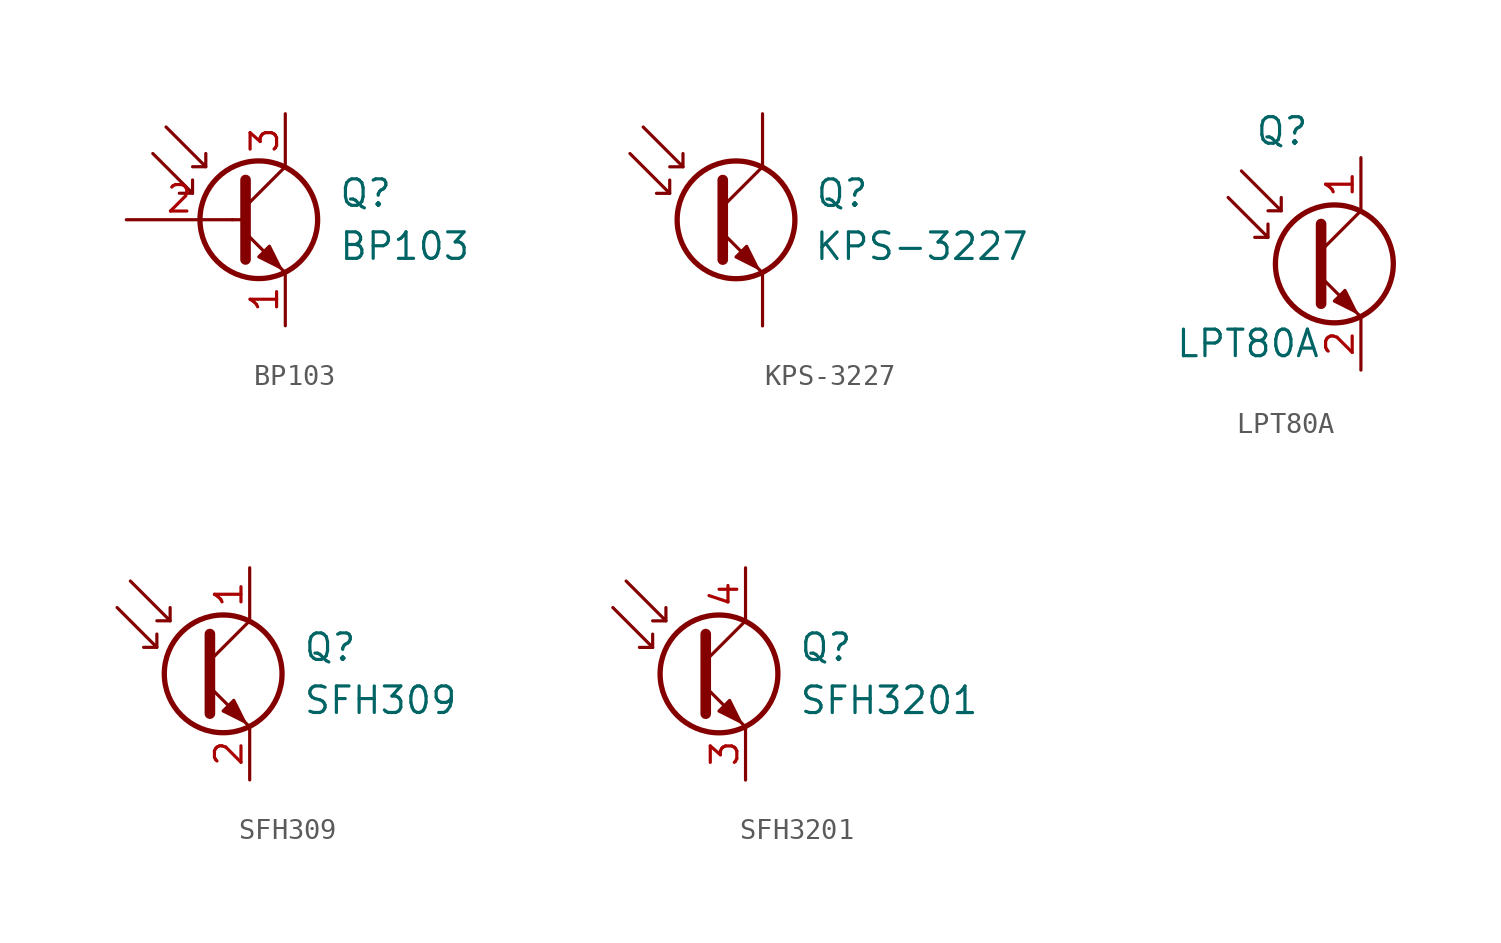
<source format=kicad_sym>
(kicad_symbol_lib
  (version 20241209)
  (generator "kicad_symbol_editor")
  (generator_version "9.0")
  (symbol "BP103"
    (pin_names
      (offset 0)
      (hide yes))
    (property "Reference" "Q"
      (at 5.08 1.27 0)
      (effects (font (size 1.27 1.27)) (justify left)))
    (property "Value" "BP103"
      (at 5.08 -1.27 0)
      (effects (font (size 1.27 1.27)) (justify left)))
    (symbol "BP103_0_0"
      (polyline (pts (xy 0 0) (xy 0.635 0)) (stroke (width 0) (type default)) (fill (type none))))
    (symbol "BP103_0_1"
      (polyline (pts (xy -3.81 3.175) (xy -1.905 1.27) (xy -1.905 1.905)) (stroke (width 0) (type default)) (fill (type none)))
      (polyline (pts (xy -3.175 4.445) (xy -1.27 2.54) (xy -1.27 3.175)) (stroke (width 0) (type default)) (fill (type none)))
      (polyline (pts (xy -1.905 1.27) (xy -2.54 1.27)) (stroke (width 0) (type default)) (fill (type none)))
      (polyline (pts (xy -1.27 2.54) (xy -1.905 2.54)) (stroke (width 0) (type default)) (fill (type none)))
      (polyline (pts (xy 0.635 1.905) (xy 0.635 -1.905)) (stroke (width 0.508) (type default)) (fill (type none)))
      (polyline (pts (xy 0.635 0.635) (xy 2.54 2.54)) (stroke (width 0) (type default)) (fill (type none)))
      (polyline (pts (xy 0.635 -0.635) (xy 2.54 -2.54)) (stroke (width 0) (type default)) (fill (type none)))
      (circle (center 1.27 0) (radius 2.819) (stroke (width 0.254) (type default)) (fill (type none)))
      (polyline (pts (xy 1.27 -1.778) (xy 1.778 -1.27) (xy 2.286 -2.286) (xy 1.27 -1.778)) (stroke (width 0) (type default)) (fill (type outline))))
    (symbol "BP103_1_1"
      (pin input line (at -5.08 0 0) (length 5.08) (name "B" (effects (font (size 1.27 1.27)))) (number "2" (effects (font (size 1.27 1.27)))))
      (pin passive line (at 2.54 5.08 270) (length 2.54) (name "C" (effects (font (size 1.27 1.27)))) (number "3" (effects (font (size 1.27 1.27)))))
      (pin passive line (at 2.54 -5.08 90) (length 2.54) (name "E" (effects (font (size 1.27 1.27)))) (number "1" (effects (font (size 1.27 1.27)))))))
  (symbol "KPS-3227"
    (pin_numbers
      (hide yes))
    (property "Reference" "Q"
      (at 3.81 1.27 0)
      (effects (font (size 1.27 1.27))))
    (property "Value" "KPS-3227"
      (at 7.62 -1.27 0)
      (effects (font (size 1.27 1.27))))
    (symbol "KPS-3227_1_1"
      (polyline (pts (xy -6.35 3.175) (xy -4.445 1.27) (xy -4.445 1.905)) (stroke (width 0) (type default)) (fill (type none)))
      (polyline (pts (xy -5.715 4.445) (xy -3.81 2.54) (xy -3.81 3.175)) (stroke (width 0) (type default)) (fill (type none)))
      (polyline (pts (xy -4.445 1.27) (xy -5.08 1.27)) (stroke (width 0) (type default)) (fill (type none)))
      (polyline (pts (xy -3.81 2.54) (xy -4.445 2.54)) (stroke (width 0) (type default)) (fill (type none)))
      (polyline (pts (xy -1.905 1.905) (xy -1.905 -1.905)) (stroke (width 0.508) (type default)) (fill (type none)))
      (polyline (pts (xy -1.905 0.635) (xy 0 2.54)) (stroke (width 0) (type default)) (fill (type none)))
      (polyline (pts (xy -1.905 -0.635) (xy 0 -2.54)) (stroke (width 0) (type default)) (fill (type none)))
      (circle (center -1.27 0) (radius 2.819) (stroke (width 0.254) (type default)) (fill (type none)))
      (polyline (pts (xy -1.27 -1.778) (xy -0.762 -1.27) (xy -0.254 -2.286) (xy -1.27 -1.778)) (stroke (width 0) (type default)) (fill (type outline)))
      (pin passive line (at 0 5.08 270) (length 2.54) (name "~" (effects (font (size 1.27 1.27)))) (number "1" (effects (font (size 1.27 1.27)))))
      (pin passive line (at 0 5.08 270) (length 2.54) (hide yes) (name "~" (effects (font (size 1.27 1.27)))) (number "3" (effects (font (size 1.27 1.27)))))
      (pin passive line (at 0 -5.08 90) (length 2.54) (name "~" (effects (font (size 1.27 1.27)))) (number "2" (effects (font (size 1.27 1.27)))))
      (pin passive line (at 0 -5.08 90) (length 2.54) (hide yes) (name "~" (effects (font (size 1.27 1.27)))) (number "4" (effects (font (size 1.27 1.27)))))))
  (symbol "LPT80A"
    (pin_names
      (hide yes))
    (property "Reference" "Q"
      (at -5.08 6.35 0)
      (effects (font (size 1.27 1.27)) (justify left)))
    (property "Value" "LPT80A"
      (at -8.89 -3.81 0)
      (effects (font (size 1.27 1.27)) (justify left)))
    (symbol "LPT80A_0_1"
      (polyline (pts (xy -6.35 3.175) (xy -4.445 1.27) (xy -4.445 1.905)) (stroke (width 0) (type default)) (fill (type none)))
      (polyline (pts (xy -5.715 4.445) (xy -3.81 2.54) (xy -3.81 3.175)) (stroke (width 0) (type default)) (fill (type none)))
      (polyline (pts (xy -4.445 1.27) (xy -5.08 1.27)) (stroke (width 0) (type default)) (fill (type none)))
      (polyline (pts (xy -3.81 2.54) (xy -4.445 2.54)) (stroke (width 0) (type default)) (fill (type none)))
      (polyline (pts (xy -1.905 1.905) (xy -1.905 -1.905)) (stroke (width 0.508) (type default)) (fill (type none)))
      (polyline (pts (xy -1.905 0.635) (xy 0 2.54)) (stroke (width 0) (type default)) (fill (type none)))
      (polyline (pts (xy -1.905 -0.635) (xy 0 -2.54)) (stroke (width 0) (type default)) (fill (type none)))
      (circle (center -1.27 0) (radius 2.819) (stroke (width 0.254) (type default)) (fill (type none)))
      (polyline (pts (xy -1.27 -1.778) (xy -0.762 -1.27) (xy -0.254 -2.286) (xy -1.27 -1.778)) (stroke (width 0) (type default)) (fill (type outline))))
    (symbol "LPT80A_1_1"
      (pin passive line (at 0 5.08 270) (length 2.54) (name "C" (effects (font (size 1.27 1.27)))) (number "1" (effects (font (size 1.27 1.27)))))
      (pin passive line (at 0 -5.08 90) (length 2.54) (name "E" (effects (font (size 1.27 1.27)))) (number "2" (effects (font (size 1.27 1.27)))))))
  (symbol "SFH309"
    (pin_names
      (offset 0)
      (hide yes))
    (property "Reference" "Q"
      (at 5.08 1.27 0)
      (effects (font (size 1.27 1.27)) (justify left)))
    (property "Value" "SFH309"
      (at 5.08 -1.27 0)
      (effects (font (size 1.27 1.27)) (justify left)))
    (symbol "SFH309_0_1"
      (polyline (pts (xy -3.81 3.175) (xy -1.905 1.27) (xy -1.905 1.905)) (stroke (width 0) (type default)) (fill (type none)))
      (polyline (pts (xy -3.175 4.445) (xy -1.27 2.54) (xy -1.27 3.175)) (stroke (width 0) (type default)) (fill (type none)))
      (polyline (pts (xy -1.905 1.27) (xy -2.54 1.27)) (stroke (width 0) (type default)) (fill (type none)))
      (polyline (pts (xy -1.27 2.54) (xy -1.905 2.54)) (stroke (width 0) (type default)) (fill (type none)))
      (polyline (pts (xy 0.635 1.905) (xy 0.635 -1.905)) (stroke (width 0.508) (type default)) (fill (type none)))
      (polyline (pts (xy 0.635 0.635) (xy 2.54 2.54)) (stroke (width 0) (type default)) (fill (type none)))
      (polyline (pts (xy 0.635 -0.635) (xy 2.54 -2.54)) (stroke (width 0) (type default)) (fill (type none)))
      (circle (center 1.27 0) (radius 2.819) (stroke (width 0.254) (type default)) (fill (type none)))
      (polyline (pts (xy 1.27 -1.778) (xy 1.778 -1.27) (xy 2.286 -2.286) (xy 1.27 -1.778)) (stroke (width 0) (type default)) (fill (type outline))))
    (symbol "SFH309_1_1"
      (pin passive line (at 2.54 5.08 270) (length 2.54) (name "C" (effects (font (size 1.27 1.27)))) (number "1" (effects (font (size 1.27 1.27)))))
      (pin passive line (at 2.54 -5.08 90) (length 2.54) (name "E" (effects (font (size 1.27 1.27)))) (number "2" (effects (font (size 1.27 1.27)))))))
  (symbol "SFH3201"
    (pin_names
      (hide yes))
    (property "Reference" "Q"
      (at 2.54 1.27 0)
      (effects (font (size 1.27 1.27)) (justify left)))
    (property "Value" "SFH3201"
      (at 2.54 -1.27 0)
      (effects (font (size 1.27 1.27)) (justify left)))
    (symbol "SFH3201_0_1"
      (polyline (pts (xy -6.35 3.175) (xy -4.445 1.27) (xy -4.445 1.905)) (stroke (width 0) (type default)) (fill (type none)))
      (polyline (pts (xy -5.715 4.445) (xy -3.81 2.54) (xy -3.81 3.175)) (stroke (width 0) (type default)) (fill (type none)))
      (polyline (pts (xy -4.445 1.27) (xy -5.08 1.27)) (stroke (width 0) (type default)) (fill (type none)))
      (polyline (pts (xy -3.81 2.54) (xy -4.445 2.54)) (stroke (width 0) (type default)) (fill (type none)))
      (polyline (pts (xy -1.905 1.905) (xy -1.905 -1.905)) (stroke (width 0.508) (type default)) (fill (type none)))
      (polyline (pts (xy -1.905 0.635) (xy 0 2.54)) (stroke (width 0) (type default)) (fill (type none)))
      (polyline (pts (xy -1.905 -0.635) (xy 0 -2.54)) (stroke (width 0) (type default)) (fill (type none)))
      (circle (center -1.27 0) (radius 2.819) (stroke (width 0.254) (type default)) (fill (type none)))
      (polyline (pts (xy -1.27 -1.778) (xy -0.762 -1.27) (xy -0.254 -2.286) (xy -1.27 -1.778)) (stroke (width 0) (type default)) (fill (type outline))))
    (symbol "SFH3201_1_1"
      (pin passive line (at 0 5.08 270) (length 2.54) (name "C" (effects (font (size 1.27 1.27)))) (number "4" (effects (font (size 1.27 1.27)))))
      (pin passive line (at 0 -5.08 90) (length 2.54) (name "E" (effects (font (size 1.27 1.27)))) (number "3" (effects (font (size 1.27 1.27))))))))
</source>
